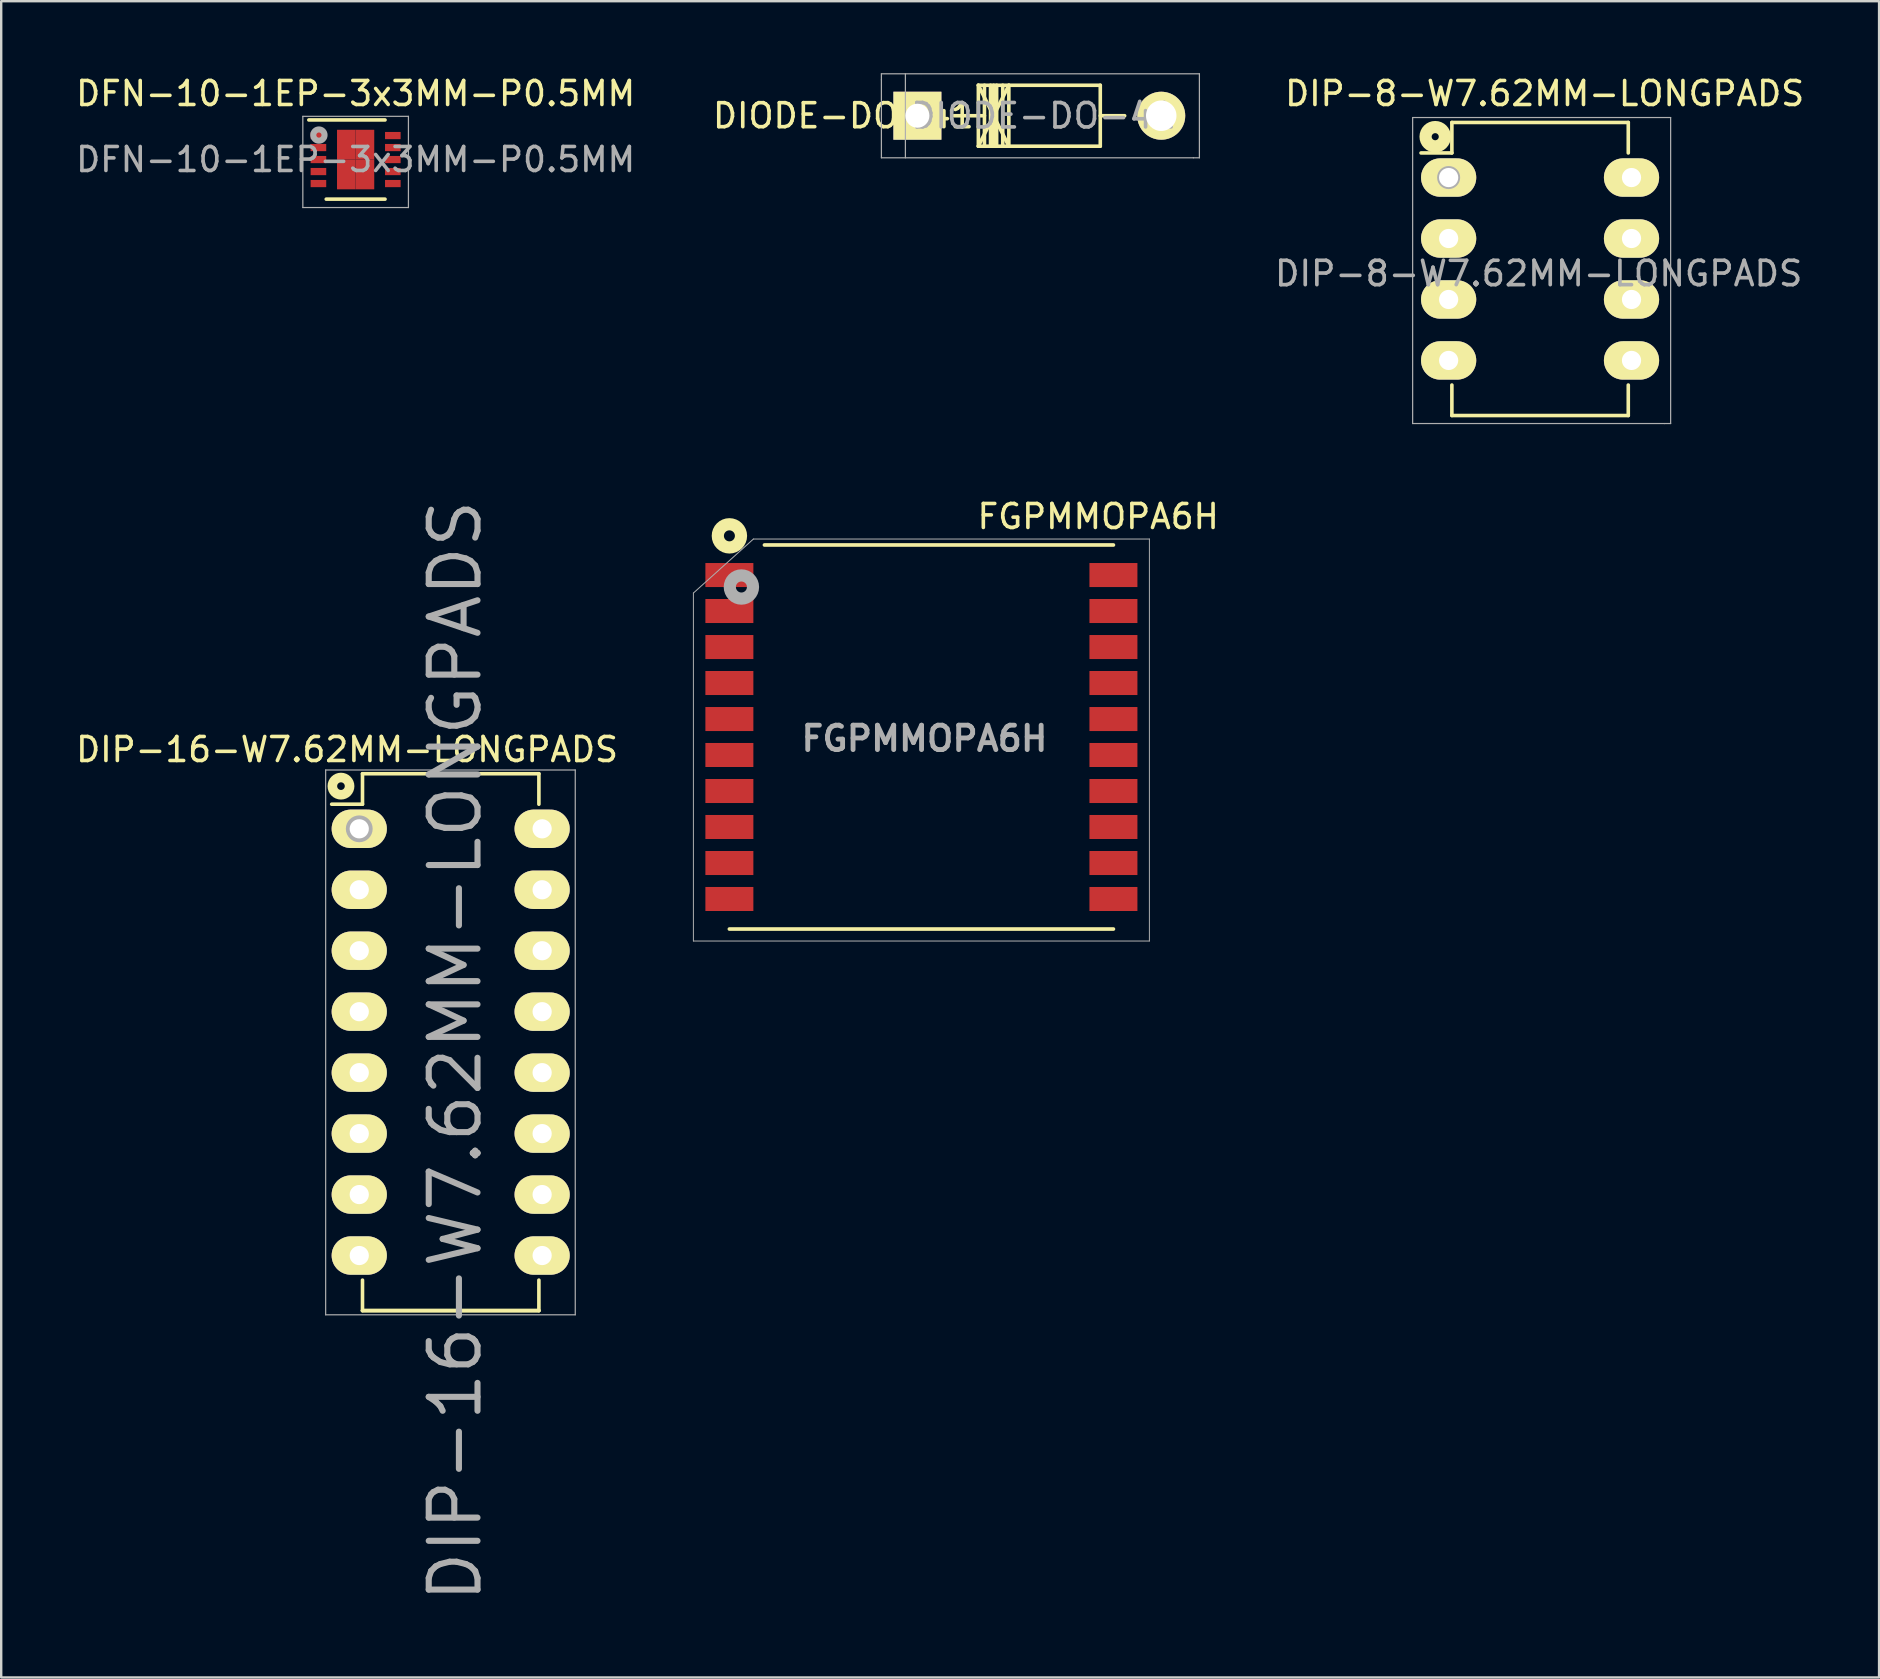
<source format=kicad_pcb>
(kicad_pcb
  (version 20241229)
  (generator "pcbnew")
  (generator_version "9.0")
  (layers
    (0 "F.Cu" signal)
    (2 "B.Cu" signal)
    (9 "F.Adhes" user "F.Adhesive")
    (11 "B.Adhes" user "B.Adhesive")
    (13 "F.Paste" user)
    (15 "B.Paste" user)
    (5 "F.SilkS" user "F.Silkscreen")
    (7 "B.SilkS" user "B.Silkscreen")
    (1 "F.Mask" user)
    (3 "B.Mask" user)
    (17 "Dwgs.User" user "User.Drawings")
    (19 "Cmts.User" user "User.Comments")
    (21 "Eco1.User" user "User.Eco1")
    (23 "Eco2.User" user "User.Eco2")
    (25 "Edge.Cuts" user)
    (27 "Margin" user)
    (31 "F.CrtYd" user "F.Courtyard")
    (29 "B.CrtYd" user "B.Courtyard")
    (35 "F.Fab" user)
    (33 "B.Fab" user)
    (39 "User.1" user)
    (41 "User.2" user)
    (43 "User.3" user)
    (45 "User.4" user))
  (footprint "DIP-16-W7.62MM-LONGPADS"
    (layer "F.Cu")
    (at 11.919 31.484)
    (property "Reference" "DIP-16-W7.62MM-LONGPADS" (at 4 9.25 90) (layer "F.Fab") (effects (font (size 2.032 2.032) (thickness 0.254))))
    (attr through_hole)
    (fp_line (start 0.135 -2.295) (end 0.135 -1.025) (stroke (width 0.15) (type solid)) (layer "F.SilkS"))
    (fp_line (start 0.135 -2.295) (end 7.485 -2.295) (stroke (width 0.15) (type solid)) (layer "F.SilkS"))
    (fp_line (start 0.135 -1.025) (end -1.15 -1.025) (stroke (width 0.15) (type solid)) (layer "F.SilkS"))
    (fp_line (start 0.135 20.075) (end 0.135 18.805) (stroke (width 0.15) (type solid)) (layer "F.SilkS"))
    (fp_line (start 0.135 20.075) (end 7.485 20.075) (stroke (width 0.15) (type solid)) (layer "F.SilkS"))
    (fp_line (start 0.135 20.075) (end 7.485 20.075) (stroke (width 0.15) (type solid)) (layer "F.SilkS"))
    (fp_line (start 7.485 -2.295) (end 7.485 -1.025) (stroke (width 0.15) (type solid)) (layer "F.SilkS"))
    (fp_line (start 7.485 20.075) (end 7.485 18.805) (stroke (width 0.15) (type solid)) (layer "F.SilkS"))
    (fp_circle (center -0.762 -1.778) (end -0.508 -1.524) (stroke (width 0.4) (type solid)) (fill no) (layer "F.SilkS"))
    (fp_line (start -1.4 -2.45) (end -1.4 20.25) (stroke (width 0.05) (type solid)) (layer "F.Fab"))
    (fp_line (start -1.4 -2.45) (end 9 -2.45) (stroke (width 0.05) (type solid)) (layer "F.Fab"))
    (fp_line (start -1.4 20.25) (end 9 20.25) (stroke (width 0.05) (type solid)) (layer "F.Fab"))
    (fp_line (start 9 -2.45) (end 9 20.25) (stroke (width 0.05) (type solid)) (layer "F.Fab"))
    (fp_circle (center 0 0) (end 0.254 0.254) (stroke (width 0.4) (type solid)) (fill no) (layer "F.Fab"))
    (fp_text user "${REFERENCE}" (at -0.508 -3.302 0) (layer "F.SilkS") (effects (font (size 1 1) (thickness 0.15))))
    (pad "1" thru_hole oval (at 0 0) (size 2.3 1.6) (drill 0.8) (layers "*.Cu" "*.Mask" "F.SilkS"))
    (pad "2" thru_hole oval (at 0 2.54) (size 2.3 1.6) (drill 0.8) (layers "*.Cu" "*.Mask" "F.SilkS"))
    (pad "3" thru_hole oval (at 0 5.08) (size 2.3 1.6) (drill 0.8) (layers "*.Cu" "*.Mask" "F.SilkS"))
    (pad "4" thru_hole oval (at 0 7.62) (size 2.3 1.6) (drill 0.8) (layers "*.Cu" "*.Mask" "F.SilkS"))
    (pad "5" thru_hole oval (at 0 10.16) (size 2.3 1.6) (drill 0.8) (layers "*.Cu" "*.Mask" "F.SilkS"))
    (pad "6" thru_hole oval (at 0 12.7) (size 2.3 1.6) (drill 0.8) (layers "*.Cu" "*.Mask" "F.SilkS"))
    (pad "7" thru_hole oval (at 0 15.24) (size 2.3 1.6) (drill 0.8) (layers "*.Cu" "*.Mask" "F.SilkS"))
    (pad "8" thru_hole oval (at 0 17.78) (size 2.3 1.6) (drill 0.8) (layers "*.Cu" "*.Mask" "F.SilkS"))
    (pad "9" thru_hole oval (at 7.62 17.78) (size 2.3 1.6) (drill 0.8) (layers "*.Cu" "*.Mask" "F.SilkS"))
    (pad "10" thru_hole oval (at 7.62 15.24) (size 2.3 1.6) (drill 0.8) (layers "*.Cu" "*.Mask" "F.SilkS"))
    (pad "11" thru_hole oval (at 7.62 12.7) (size 2.3 1.6) (drill 0.8) (layers "*.Cu" "*.Mask" "F.SilkS"))
    (pad "12" thru_hole oval (at 7.62 10.16) (size 2.3 1.6) (drill 0.8) (layers "*.Cu" "*.Mask" "F.SilkS"))
    (pad "13" thru_hole oval (at 7.62 7.62) (size 2.3 1.6) (drill 0.8) (layers "*.Cu" "*.Mask" "F.SilkS"))
    (pad "14" thru_hole oval (at 7.62 5.08) (size 2.3 1.6) (drill 0.8) (layers "*.Cu" "*.Mask" "F.SilkS"))
    (pad "15" thru_hole oval (at 7.62 2.54) (size 2.3 1.6) (drill 0.8) (layers "*.Cu" "*.Mask" "F.SilkS"))
    (pad "16" thru_hole oval (at 7.62 0) (size 2.3 1.6) (drill 0.8) (layers "*.Cu" "*.Mask" "F.SilkS")))
  (footprint "FGPMMOPA6H"
    (layer "F.Cu")
    (at 35.342 27.659)
    (property "Reference" "FGPMMOPA6H" (at 0.127 0.064 0) (layer "F.Fab") (effects (font (size 1.016 1.016) (thickness 0.203))))
    (attr through_hole)
    (fp_line (start -6.54 -8.001) (end 8.001 -8.001) (stroke (width 0.152) (type solid)) (layer "F.SilkS"))
    (fp_line (start 8.001 8.001) (end -8.001 8.001) (stroke (width 0.152) (type solid)) (layer "F.SilkS"))
    (fp_circle (center -8 -8.382) (end -7.873 -8.191) (stroke (width 0.508) (type solid)) (fill no) (layer "F.SilkS"))
    (fp_line (start -9.5 -6) (end -9.5 8.5) (stroke (width 0.041) (type solid)) (layer "F.Fab"))
    (fp_line (start -9.5 -6) (end -7 -8.25) (stroke (width 0.041) (type solid)) (layer "F.Fab"))
    (fp_line (start -9.5 8.5) (end 9.5 8.5) (stroke (width 0.041) (type solid)) (layer "F.Fab"))
    (fp_line (start 9.5 -8.25) (end -7 -8.25) (stroke (width 0.041) (type solid)) (layer "F.Fab"))
    (fp_line (start 9.5 8.5) (end 9.5 -8.25) (stroke (width 0.041) (type solid)) (layer "F.Fab"))
    (fp_circle (center -7.5 -6.25) (end -7.373 -6.059) (stroke (width 0.508) (type solid)) (fill no) (layer "F.Fab"))
    (fp_text user "${REFERENCE}" (at 7.366 -9.187 0) (layer "F.SilkS") (effects (font (size 1 1) (thickness 0.15))))
    (pad "1" smd rect (at -8.001 -6.749) (size 1.999 1.001) (layers "F.Cu" "F.Mask" "F.Paste"))
    (pad "2" smd rect (at -8.001 -5.25) (size 1.999 1.001) (layers "F.Cu" "F.Mask" "F.Paste"))
    (pad "3" smd rect (at -8.001 -3.749) (size 1.999 1.001) (layers "F.Cu" "F.Mask" "F.Paste"))
    (pad "4" smd rect (at -8.001 -2.25) (size 1.999 1.001) (layers "F.Cu" "F.Mask" "F.Paste"))
    (pad "5" smd rect (at -8.001 -0.749) (size 1.999 1.001) (layers "F.Cu" "F.Mask" "F.Paste"))
    (pad "6" smd rect (at -8.001 0.749) (size 1.999 1.001) (layers "F.Cu" "F.Mask" "F.Paste"))
    (pad "7" smd rect (at -8.001 2.25) (size 1.999 1.001) (layers "F.Cu" "F.Mask" "F.Paste"))
    (pad "8" smd rect (at -8.001 3.749) (size 1.999 1.001) (layers "F.Cu" "F.Mask" "F.Paste"))
    (pad "9" smd rect (at -8.001 5.25) (size 1.999 1.001) (layers "F.Cu" "F.Mask" "F.Paste"))
    (pad "10" smd rect (at -8.001 6.749) (size 1.999 1.001) (layers "F.Cu" "F.Mask" "F.Paste"))
    (pad "11" smd rect (at 8.001 6.749) (size 1.999 1.001) (layers "F.Cu" "F.Mask" "F.Paste"))
    (pad "12" smd rect (at 8.001 5.25) (size 1.999 1.001) (layers "F.Cu" "F.Mask" "F.Paste"))
    (pad "13" smd rect (at 8.001 3.749) (size 1.999 1.001) (layers "F.Cu" "F.Mask" "F.Paste"))
    (pad "14" smd rect (at 8.001 2.25) (size 1.999 1.001) (layers "F.Cu" "F.Mask" "F.Paste"))
    (pad "15" smd rect (at 8.001 0.749) (size 1.999 1.001) (layers "F.Cu" "F.Mask" "F.Paste"))
    (pad "16" smd rect (at 8.001 -0.749) (size 1.999 1.001) (layers "F.Cu" "F.Mask" "F.Paste"))
    (pad "17" smd rect (at 8.001 -2.25) (size 1.999 1.001) (layers "F.Cu" "F.Mask" "F.Paste"))
    (pad "18" smd rect (at 8.001 -3.749) (size 1.999 1.001) (layers "F.Cu" "F.Mask" "F.Paste"))
    (pad "19" smd rect (at 8.001 -5.25) (size 1.999 1.001) (layers "F.Cu" "F.Mask" "F.Paste"))
    (pad "20" smd rect (at 8.001 -6.749) (size 1.999 1.001) (layers "F.Cu" "F.Mask" "F.Paste")))
  (footprint "DIODE-DO-41"
    (layer "F.Cu")
    (at 35.175 1.775)
    (property "Reference" "DIODE-DO-41" (at 5.25 0 0) (layer "F.Fab") (effects (font (size 1.016 1.016) (thickness 0.152))))
    (attr through_hole)
    (fp_line (start 2.54 -1.273) (end 3.81 1.267) (stroke (width 0.15) (type solid)) (layer "F.SilkS"))
    (fp_line (start 2.54 -1.273) (end 7.62 -1.273) (stroke (width 0.15) (type solid)) (layer "F.SilkS"))
    (fp_line (start 2.54 1.267) (end 2.54 -1.273) (stroke (width 0.15) (type solid)) (layer "F.SilkS"))
    (fp_line (start 2.794 -1.273) (end 2.794 1.267) (stroke (width 0.15) (type solid)) (layer "F.SilkS"))
    (fp_line (start 2.794 -0.003) (end 1.524 -0.003) (stroke (width 0.15) (type solid)) (layer "F.SilkS"))
    (fp_line (start 3.048 -1.273) (end 3.048 1.267) (stroke (width 0.15) (type solid)) (layer "F.SilkS"))
    (fp_line (start 3.175 -1.273) (end 3.175 1.267) (stroke (width 0.15) (type solid)) (layer "F.SilkS"))
    (fp_line (start 3.302 -1.273) (end 3.302 1.267) (stroke (width 0.15) (type solid)) (layer "F.SilkS"))
    (fp_line (start 3.556 -1.273) (end 3.556 1.267) (stroke (width 0.15) (type solid)) (layer "F.SilkS"))
    (fp_line (start 3.81 -1.273) (end 2.54 1.267) (stroke (width 0.15) (type solid)) (layer "F.SilkS"))
    (fp_line (start 3.81 -1.273) (end 3.81 1.267) (stroke (width 0.15) (type solid)) (layer "F.SilkS"))
    (fp_line (start 7.62 -1.273) (end 7.62 1.267) (stroke (width 0.15) (type solid)) (layer "F.SilkS"))
    (fp_line (start 7.62 -0.003) (end 8.636 -0.003) (stroke (width 0.15) (type solid)) (layer "F.SilkS"))
    (fp_line (start 7.62 1.267) (end 2.54 1.267) (stroke (width 0.15) (type solid)) (layer "F.SilkS"))
    (fp_line (start -1.5 -1.75) (end -1.5 -1.5) (stroke (width 0.051) (type solid)) (layer "F.Fab"))
    (fp_line (start -1.5 -1.5) (end -1.5 1.75) (stroke (width 0.051) (type solid)) (layer "F.Fab"))
    (fp_line (start -1.5 1.75) (end 11.5 1.75) (stroke (width 0.051) (type solid)) (layer "F.Fab"))
    (fp_line (start -0.5 -1.75) (end -0.5 1.75) (stroke (width 0.051) (type solid)) (layer "F.Fab"))
    (fp_line (start 11.5 1.75) (end 11.75 1.75) (stroke (width 0.051) (type solid)) (layer "F.Fab"))
    (fp_line (start 11.75 -1.75) (end -1.5 -1.75) (stroke (width 0.051) (type solid)) (layer "F.Fab"))
    (fp_line (start 11.75 1.75) (end 11.75 -1.75) (stroke (width 0.051) (type solid)) (layer "F.Fab"))
    (fp_text user "${REFERENCE}" (at -3.086 -0.003 0) (layer "F.SilkS") (effects (font (size 1 1) (thickness 0.15))))
    (pad "1" thru_hole rect (at 0 -0.003 180) (size 1.999 1.999) (drill 1.001) (layers "*.Cu" "*.Mask" "F.SilkS"))
    (pad "2" thru_hole circle (at 10.16 -0.003 180) (size 1.999 1.999) (drill 1.27) (layers "*.Cu" "*.Mask" "F.SilkS")))
  (footprint "DFN-10-1EP-3x3MM-P0.5MM"
    (layer "F.Cu")
    (at 11.768 3.598)
    (property "Reference" "DFN-10-1EP-3x3MM-P0.5MM" (at 0 0 0) (layer "F.Fab") (effects (font (size 1 1) (thickness 0.15))))
    (attr smd)
    (fp_line (start -1.95 -1.65) (end 1.225 -1.65) (stroke (width 0.15) (type solid)) (layer "F.SilkS"))
    (fp_line (start -1.225 1.65) (end 1.225 1.65) (stroke (width 0.15) (type solid)) (layer "F.SilkS"))
    (fp_line (start -2.2 -1.8) (end 2.2 -1.8) (stroke (width 0.051) (type solid)) (layer "F.Fab"))
    (fp_line (start -2.2 2) (end -2.2 -1.8) (stroke (width 0.051) (type solid)) (layer "F.Fab"))
    (fp_line (start 2.2 -1.8) (end 2.2 2) (stroke (width 0.051) (type solid)) (layer "F.Fab"))
    (fp_line (start 2.2 2) (end -2.2 2) (stroke (width 0.051) (type solid)) (layer "F.Fab"))
    (fp_circle (center -1.53 -1.02) (end -1.49 -0.92) (stroke (width 0.254) (type solid)) (fill no) (layer "F.Fab"))
    (fp_text user "${REFERENCE}" (at 0 -2.75 0) (layer "F.SilkS") (effects (font (size 1 1) (thickness 0.15))))
    (pad "1" smd rect (at -1.55 -1) (size 0.65 0.3) (layers "F.Cu" "F.Mask" "F.Paste"))
    (pad "2" smd rect (at -1.55 -0.5) (size 0.65 0.3) (layers "F.Cu" "F.Mask" "F.Paste"))
    (pad "3" smd rect (at -1.55 0) (size 0.65 0.3) (layers "F.Cu" "F.Mask" "F.Paste"))
    (pad "4" smd rect (at -1.55 0.5) (size 0.65 0.3) (layers "F.Cu" "F.Mask" "F.Paste"))
    (pad "5" smd rect (at -1.55 1) (size 0.65 0.3) (layers "F.Cu" "F.Mask" "F.Paste"))
    (pad "6" smd rect (at 1.55 1) (size 0.65 0.3) (layers "F.Cu" "F.Mask" "F.Paste"))
    (pad "7" smd rect (at 1.55 0.5) (size 0.65 0.3) (layers "F.Cu" "F.Mask" "F.Paste"))
    (pad "8" smd rect (at 1.55 0) (size 0.65 0.3) (layers "F.Cu" "F.Mask" "F.Paste"))
    (pad "9" smd rect (at 1.55 -0.5) (size 0.65 0.3) (layers "F.Cu" "F.Mask" "F.Paste"))
    (pad "10" smd rect (at 1.55 -1) (size 0.65 0.3) (layers "F.Cu" "F.Mask" "F.Paste"))
    (pad "11" smd rect (at -0.388 -0.62) (size 0.775 1.24) (layers "F.Cu" "F.Mask" "F.Paste"))
    (pad "11" smd rect (at -0.388 0.62) (size 0.775 1.24) (layers "F.Cu" "F.Mask" "F.Paste"))
    (pad "11" smd rect (at 0.388 -0.62) (size 0.775 1.24) (layers "F.Cu" "F.Mask" "F.Paste"))
    (pad "11" smd rect (at 0.388 0.62) (size 0.775 1.24) (layers "F.Cu" "F.Mask" "F.Paste")))
  (footprint "DIP-8-W7.62MM-LONGPADS"
    (layer "F.Cu")
    (at 57.31 4.348)
    (property "Reference" "DIP-8-W7.62MM-LONGPADS" (at 3.75 4 180) (layer "F.Fab") (effects (font (size 1.016 1.016) (thickness 0.152))))
    (attr through_hole)
    (fp_line (start 0.135 -2.295) (end 0.135 -1.025) (stroke (width 0.15) (type solid)) (layer "F.SilkS"))
    (fp_line (start 0.135 -2.295) (end 7.485 -2.295) (stroke (width 0.15) (type solid)) (layer "F.SilkS"))
    (fp_line (start 0.135 -1.025) (end -1.15 -1.025) (stroke (width 0.15) (type solid)) (layer "F.SilkS"))
    (fp_line (start 0.135 9.915) (end 0.135 8.645) (stroke (width 0.15) (type solid)) (layer "F.SilkS"))
    (fp_line (start 0.135 9.915) (end 7.485 9.915) (stroke (width 0.15) (type solid)) (layer "F.SilkS"))
    (fp_line (start 7.485 -2.295) (end 7.485 -1.025) (stroke (width 0.15) (type solid)) (layer "F.SilkS"))
    (fp_line (start 7.485 9.915) (end 7.485 8.645) (stroke (width 0.15) (type solid)) (layer "F.SilkS"))
    (fp_circle (center -0.559 -1.702) (end -0.483 -1.575) (stroke (width 0.508) (type solid)) (fill no) (layer "F.SilkS"))
    (fp_line (start -1.5 -2.5) (end -1.5 10.25) (stroke (width 0.051) (type solid)) (layer "F.Fab"))
    (fp_line (start -1.5 10.25) (end 9 10.25) (stroke (width 0.051) (type solid)) (layer "F.Fab"))
    (fp_line (start 9 10.25) (end 9.25 10.25) (stroke (width 0.051) (type solid)) (layer "F.Fab"))
    (fp_line (start 9.25 -2.5) (end -1.5 -2.5) (stroke (width 0.051) (type solid)) (layer "F.Fab"))
    (fp_line (start 9.25 10.25) (end 9.25 -2.5) (stroke (width 0.051) (type solid)) (layer "F.Fab"))
    (fp_circle (center 0 0) (end 0.25 0.25) (stroke (width 0.254) (type solid)) (fill no) (layer "F.Fab"))
    (fp_text user "${REFERENCE}" (at 4 -3.5 0) (layer "F.SilkS") (effects (font (size 1 1) (thickness 0.15))))
    (pad "1" thru_hole oval (at 0 0) (size 2.3 1.6) (drill 0.8) (layers "*.Cu" "*.Mask" "F.SilkS"))
    (pad "2" thru_hole oval (at 0 2.54) (size 2.3 1.6) (drill 0.8) (layers "*.Cu" "*.Mask" "F.SilkS"))
    (pad "3" thru_hole oval (at 0 5.08) (size 2.3 1.6) (drill 0.8) (layers "*.Cu" "*.Mask" "F.SilkS"))
    (pad "4" thru_hole oval (at 0 7.62) (size 2.3 1.6) (drill 0.8) (layers "*.Cu" "*.Mask" "F.SilkS"))
    (pad "5" thru_hole oval (at 7.62 7.62) (size 2.3 1.6) (drill 0.8) (layers "*.Cu" "*.Mask" "F.SilkS"))
    (pad "6" thru_hole oval (at 7.62 5.08) (size 2.3 1.6) (drill 0.8) (layers "*.Cu" "*.Mask" "F.SilkS"))
    (pad "7" thru_hole oval (at 7.62 2.54) (size 2.3 1.6) (drill 0.8) (layers "*.Cu" "*.Mask" "F.SilkS"))
    (pad "8" thru_hole oval (at 7.62 0) (size 2.3 1.6) (drill 0.8) (layers "*.Cu" "*.Mask" "F.SilkS")))
  (gr_rect
    (start -3 -3)
    (end 75.245 66.844)
    (stroke (width 0.1) (type default))
    (fill no)
    (layer "Edge.Cuts")))
</source>
